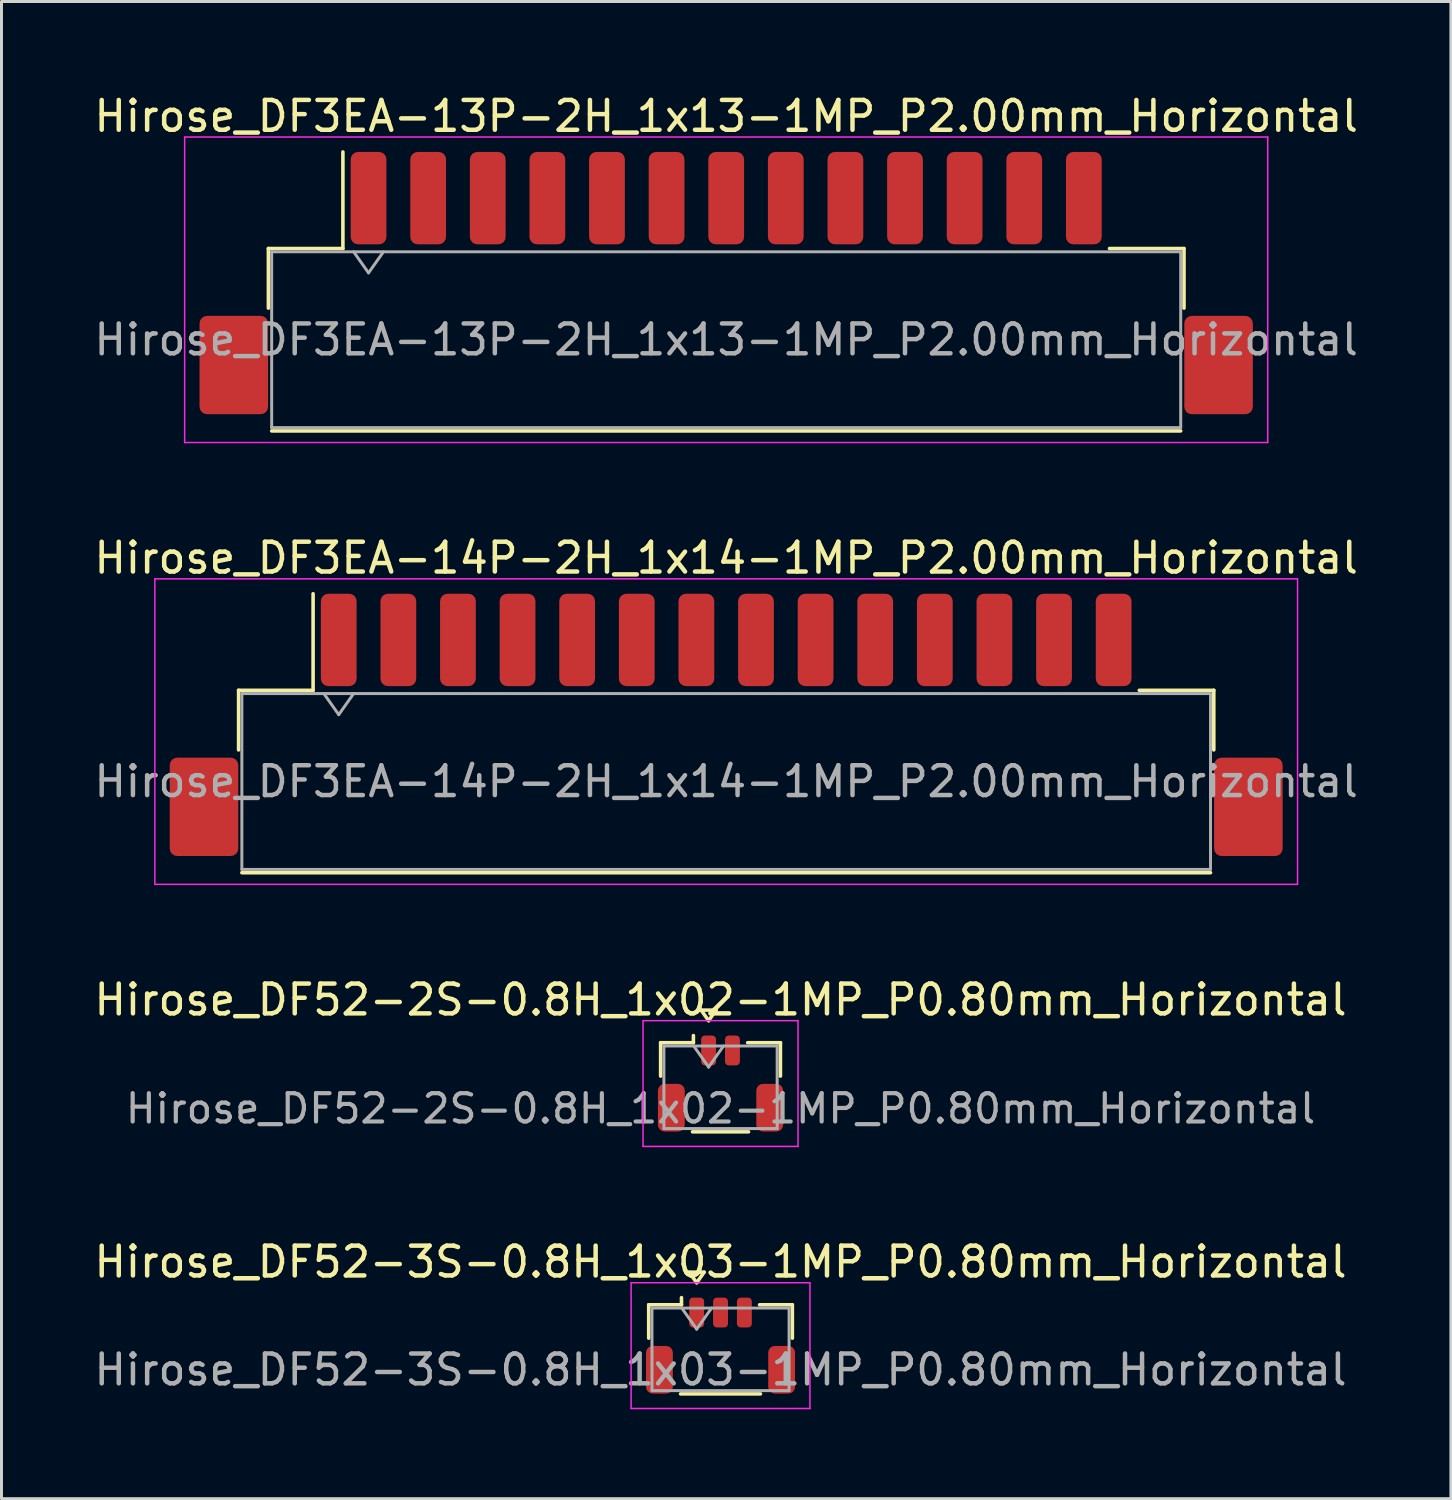
<source format=kicad_pcb>
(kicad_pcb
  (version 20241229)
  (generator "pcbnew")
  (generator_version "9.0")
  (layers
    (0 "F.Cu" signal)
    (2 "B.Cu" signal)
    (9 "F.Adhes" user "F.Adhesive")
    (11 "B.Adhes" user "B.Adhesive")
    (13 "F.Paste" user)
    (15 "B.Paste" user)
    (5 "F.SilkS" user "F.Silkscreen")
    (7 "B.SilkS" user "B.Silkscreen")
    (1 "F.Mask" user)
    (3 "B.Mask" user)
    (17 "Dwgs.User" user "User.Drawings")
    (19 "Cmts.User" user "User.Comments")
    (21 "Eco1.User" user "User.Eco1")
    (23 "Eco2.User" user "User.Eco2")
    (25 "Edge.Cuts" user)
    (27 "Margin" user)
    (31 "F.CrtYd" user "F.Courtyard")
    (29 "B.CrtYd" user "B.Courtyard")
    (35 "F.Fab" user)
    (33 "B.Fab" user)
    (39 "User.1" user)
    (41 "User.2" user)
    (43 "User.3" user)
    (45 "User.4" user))
  (footprint "Hirose_DF52-3S-0.8H_1x03-1MP_P0.80mm_Horizontal"
    (layer "F.Cu")
    (at 21.125 42.098)
    (property "Reference" "Hirose_DF52-3S-0.8H_1x03-1MP_P0.80mm_Horizontal" (at 0 -2.81 0) (layer "F.SilkS") (effects (font (size 1 1) (thickness 0.15))))
    (attr smd)
    (fp_line (start -2.41 -1.37) (end -1.31 -1.37) (stroke (width 0.12) (type solid)) (layer "F.SilkS"))
    (fp_line (start -2.41 -0.25) (end -2.41 -1.37) (stroke (width 0.12) (type solid)) (layer "F.SilkS"))
    (fp_line (start -1.34 1.62) (end 1.34 1.62) (stroke (width 0.12) (type solid)) (layer "F.SilkS"))
    (fp_line (start -1.31 -1.37) (end -1.31 -1.61) (stroke (width 0.12) (type solid)) (layer "F.SilkS"))
    (fp_line (start -1.05 -2.464) (end -0.8 -2.11) (stroke (width 0.12) (type solid)) (layer "F.SilkS"))
    (fp_line (start -0.8 -2.11) (end -0.55 -2.464) (stroke (width 0.12) (type solid)) (layer "F.SilkS"))
    (fp_line (start -0.55 -2.464) (end -1.05 -2.464) (stroke (width 0.12) (type solid)) (layer "F.SilkS"))
    (fp_line (start 2.41 -1.37) (end 1.31 -1.37) (stroke (width 0.12) (type solid)) (layer "F.SilkS"))
    (fp_line (start 2.41 -0.25) (end 2.41 -1.37) (stroke (width 0.12) (type solid)) (layer "F.SilkS"))
    (fp_line (start -3 -2.11) (end -3 2.11) (stroke (width 0.05) (type solid)) (layer "F.CrtYd"))
    (fp_line (start -3 2.11) (end 3 2.11) (stroke (width 0.05) (type solid)) (layer "F.CrtYd"))
    (fp_line (start 3 -2.11) (end -3 -2.11) (stroke (width 0.05) (type solid)) (layer "F.CrtYd"))
    (fp_line (start 3 2.11) (end 3 -2.11) (stroke (width 0.05) (type solid)) (layer "F.CrtYd"))
    (fp_line (start -2.3 -1.26) (end -2.3 1.51) (stroke (width 0.1) (type solid)) (layer "F.Fab"))
    (fp_line (start -2.3 -1.26) (end 2.3 -1.26) (stroke (width 0.1) (type solid)) (layer "F.Fab"))
    (fp_line (start -2.3 1.51) (end 2.3 1.51) (stroke (width 0.1) (type solid)) (layer "F.Fab"))
    (fp_line (start -1.3 -1.26) (end -0.8 -0.553) (stroke (width 0.1) (type solid)) (layer "F.Fab"))
    (fp_line (start -0.8 -0.553) (end -0.3 -1.26) (stroke (width 0.1) (type solid)) (layer "F.Fab"))
    (fp_line (start 2.3 -1.26) (end 2.3 1.51) (stroke (width 0.1) (type solid)) (layer "F.Fab"))
    (fp_text user "${REFERENCE}" (at 0 0.81 0) (layer "F.Fab") (effects (font (size 1 1) (thickness 0.15))))
    (pad "1" smd roundrect (at -0.8 -1.11) (size 0.5 1) (layers "F.Cu" "F.Mask" "F.Paste") (roundrect_rratio 0.25))
    (pad "2" smd roundrect (at 0 -1.11) (size 0.5 1) (layers "F.Cu" "F.Mask" "F.Paste") (roundrect_rratio 0.25))
    (pad "3" smd roundrect (at 0.8 -1.11) (size 0.5 1) (layers "F.Cu" "F.Mask" "F.Paste") (roundrect_rratio 0.25))
    (pad "MP" smd roundrect (at -2.05 0.81) (size 0.9 1.6) (layers "F.Cu" "F.Mask" "F.Paste") (roundrect_rratio 0.25))
    (pad "MP" smd roundrect (at 2.05 0.81) (size 0.9 1.6) (layers "F.Cu" "F.Mask" "F.Paste") (roundrect_rratio 0.25)))
  (footprint "Hirose_DF52-2S-0.8H_1x02-1MP_P0.80mm_Horizontal"
    (layer "F.Cu")
    (at 21.125 33.305)
    (property "Reference" "Hirose_DF52-2S-0.8H_1x02-1MP_P0.80mm_Horizontal" (at 0 -2.81 0) (layer "F.SilkS") (effects (font (size 1 1) (thickness 0.15))))
    (attr smd)
    (fp_line (start -2.01 -1.37) (end -0.91 -1.37) (stroke (width 0.12) (type solid)) (layer "F.SilkS"))
    (fp_line (start -2.01 -0.25) (end -2.01 -1.37) (stroke (width 0.12) (type solid)) (layer "F.SilkS"))
    (fp_line (start -0.94 1.62) (end 0.94 1.62) (stroke (width 0.12) (type solid)) (layer "F.SilkS"))
    (fp_line (start -0.91 -1.37) (end -0.91 -1.61) (stroke (width 0.12) (type solid)) (layer "F.SilkS"))
    (fp_line (start -0.65 -2.464) (end -0.4 -2.11) (stroke (width 0.12) (type solid)) (layer "F.SilkS"))
    (fp_line (start -0.4 -2.11) (end -0.15 -2.464) (stroke (width 0.12) (type solid)) (layer "F.SilkS"))
    (fp_line (start -0.15 -2.464) (end -0.65 -2.464) (stroke (width 0.12) (type solid)) (layer "F.SilkS"))
    (fp_line (start 2.01 -1.37) (end 0.91 -1.37) (stroke (width 0.12) (type solid)) (layer "F.SilkS"))
    (fp_line (start 2.01 -0.25) (end 2.01 -1.37) (stroke (width 0.12) (type solid)) (layer "F.SilkS"))
    (fp_line (start -2.6 -2.11) (end -2.6 2.11) (stroke (width 0.05) (type solid)) (layer "F.CrtYd"))
    (fp_line (start -2.6 2.11) (end 2.6 2.11) (stroke (width 0.05) (type solid)) (layer "F.CrtYd"))
    (fp_line (start 2.6 -2.11) (end -2.6 -2.11) (stroke (width 0.05) (type solid)) (layer "F.CrtYd"))
    (fp_line (start 2.6 2.11) (end 2.6 -2.11) (stroke (width 0.05) (type solid)) (layer "F.CrtYd"))
    (fp_line (start -1.9 -1.26) (end -1.9 1.51) (stroke (width 0.1) (type solid)) (layer "F.Fab"))
    (fp_line (start -1.9 -1.26) (end 1.9 -1.26) (stroke (width 0.1) (type solid)) (layer "F.Fab"))
    (fp_line (start -1.9 1.51) (end 1.9 1.51) (stroke (width 0.1) (type solid)) (layer "F.Fab"))
    (fp_line (start -0.9 -1.26) (end -0.4 -0.553) (stroke (width 0.1) (type solid)) (layer "F.Fab"))
    (fp_line (start -0.4 -0.553) (end 0.1 -1.26) (stroke (width 0.1) (type solid)) (layer "F.Fab"))
    (fp_line (start 1.9 -1.26) (end 1.9 1.51) (stroke (width 0.1) (type solid)) (layer "F.Fab"))
    (fp_text user "${REFERENCE}" (at 0 0.84 0) (layer "F.Fab") (effects (font (size 0.95 0.95) (thickness 0.14))))
    (pad "1" smd roundrect (at -0.4 -1.11) (size 0.5 1) (layers "F.Cu" "F.Mask" "F.Paste") (roundrect_rratio 0.25))
    (pad "2" smd roundrect (at 0.4 -1.11) (size 0.5 1) (layers "F.Cu" "F.Mask" "F.Paste") (roundrect_rratio 0.25))
    (pad "MP" smd roundrect (at -1.65 0.81) (size 0.9 1.6) (layers "F.Cu" "F.Mask" "F.Paste") (roundrect_rratio 0.25))
    (pad "MP" smd roundrect (at 1.65 0.81) (size 0.9 1.6) (layers "F.Cu" "F.Mask" "F.Paste") (roundrect_rratio 0.25)))
  (footprint "Hirose_DF3EA-14P-2H_1x14-1MP_P2.00mm_Horizontal"
    (layer "F.Cu")
    (at 21.315 21.271)
    (property "Reference" "Hirose_DF3EA-14P-2H_1x14-1MP_P2.00mm_Horizontal" (at 0 -5.6 0) (layer "F.SilkS") (effects (font (size 1 1) (thickness 0.15))))
    (attr smd)
    (fp_line (start -16.36 -1.16) (end -13.86 -1.16) (stroke (width 0.12) (type solid)) (layer "F.SilkS"))
    (fp_line (start -16.36 0.84) (end -16.36 -1.16) (stroke (width 0.12) (type solid)) (layer "F.SilkS"))
    (fp_line (start -16.25 4.96) (end 16.25 4.96) (stroke (width 0.12) (type solid)) (layer "F.SilkS"))
    (fp_line (start -13.86 -1.16) (end -13.86 -4.4) (stroke (width 0.12) (type solid)) (layer "F.SilkS"))
    (fp_line (start 16.36 -1.16) (end 13.86 -1.16) (stroke (width 0.12) (type solid)) (layer "F.SilkS"))
    (fp_line (start 16.36 0.84) (end 16.36 -1.16) (stroke (width 0.12) (type solid)) (layer "F.SilkS"))
    (fp_line (start -19.17 -4.9) (end -19.17 5.35) (stroke (width 0.05) (type solid)) (layer "F.CrtYd"))
    (fp_line (start -19.17 5.35) (end 19.17 5.35) (stroke (width 0.05) (type solid)) (layer "F.CrtYd"))
    (fp_line (start 19.17 -4.9) (end -19.17 -4.9) (stroke (width 0.05) (type solid)) (layer "F.CrtYd"))
    (fp_line (start 19.17 5.35) (end 19.17 -4.9) (stroke (width 0.05) (type solid)) (layer "F.CrtYd"))
    (fp_line (start -16.25 -1.05) (end -16.25 4.85) (stroke (width 0.1) (type solid)) (layer "F.Fab"))
    (fp_line (start -16.25 -1.05) (end 16.25 -1.05) (stroke (width 0.1) (type solid)) (layer "F.Fab"))
    (fp_line (start -16.25 4.85) (end 16.25 4.85) (stroke (width 0.1) (type solid)) (layer "F.Fab"))
    (fp_line (start -13.5 -1.05) (end -13 -0.343) (stroke (width 0.1) (type solid)) (layer "F.Fab"))
    (fp_line (start -13 -0.343) (end -12.5 -1.05) (stroke (width 0.1) (type solid)) (layer "F.Fab"))
    (fp_line (start 16.25 -1.05) (end 16.25 4.85) (stroke (width 0.1) (type solid)) (layer "F.Fab"))
    (fp_text user "${REFERENCE}" (at 0 1.9 0) (layer "F.Fab") (effects (font (size 1 1) (thickness 0.15))))
    (pad "1" smd roundrect (at -13 -2.85) (size 1.2 3.1) (layers "F.Cu" "F.Mask" "F.Paste") (roundrect_rratio 0.208))
    (pad "2" smd roundrect (at -11 -2.85) (size 1.2 3.1) (layers "F.Cu" "F.Mask" "F.Paste") (roundrect_rratio 0.208))
    (pad "3" smd roundrect (at -9 -2.85) (size 1.2 3.1) (layers "F.Cu" "F.Mask" "F.Paste") (roundrect_rratio 0.208))
    (pad "4" smd roundrect (at -7 -2.85) (size 1.2 3.1) (layers "F.Cu" "F.Mask" "F.Paste") (roundrect_rratio 0.208))
    (pad "5" smd roundrect (at -5 -2.85) (size 1.2 3.1) (layers "F.Cu" "F.Mask" "F.Paste") (roundrect_rratio 0.208))
    (pad "6" smd roundrect (at -3 -2.85) (size 1.2 3.1) (layers "F.Cu" "F.Mask" "F.Paste") (roundrect_rratio 0.208))
    (pad "7" smd roundrect (at -1 -2.85) (size 1.2 3.1) (layers "F.Cu" "F.Mask" "F.Paste") (roundrect_rratio 0.208))
    (pad "8" smd roundrect (at 1 -2.85) (size 1.2 3.1) (layers "F.Cu" "F.Mask" "F.Paste") (roundrect_rratio 0.208))
    (pad "9" smd roundrect (at 3 -2.85) (size 1.2 3.1) (layers "F.Cu" "F.Mask" "F.Paste") (roundrect_rratio 0.208))
    (pad "10" smd roundrect (at 5 -2.85) (size 1.2 3.1) (layers "F.Cu" "F.Mask" "F.Paste") (roundrect_rratio 0.208))
    (pad "11" smd roundrect (at 7 -2.85) (size 1.2 3.1) (layers "F.Cu" "F.Mask" "F.Paste") (roundrect_rratio 0.208))
    (pad "12" smd roundrect (at 9 -2.85) (size 1.2 3.1) (layers "F.Cu" "F.Mask" "F.Paste") (roundrect_rratio 0.208))
    (pad "13" smd roundrect (at 11 -2.85) (size 1.2 3.1) (layers "F.Cu" "F.Mask" "F.Paste") (roundrect_rratio 0.208))
    (pad "14" smd roundrect (at 13 -2.85) (size 1.2 3.1) (layers "F.Cu" "F.Mask" "F.Paste") (roundrect_rratio 0.208))
    (pad "MP" smd roundrect (at -17.52 2.75) (size 2.3 3.3) (layers "F.Cu" "F.Mask" "F.Paste") (roundrect_rratio 0.109))
    (pad "MP" smd roundrect (at 17.52 2.75) (size 2.3 3.3) (layers "F.Cu" "F.Mask" "F.Paste") (roundrect_rratio 0.109)))
  (footprint "Hirose_DF3EA-13P-2H_1x13-1MP_P2.00mm_Horizontal"
    (layer "F.Cu")
    (at 21.315 6.448)
    (property "Reference" "Hirose_DF3EA-13P-2H_1x13-1MP_P2.00mm_Horizontal" (at 0 -5.6 0) (layer "F.SilkS") (effects (font (size 1 1) (thickness 0.15))))
    (attr smd)
    (fp_line (start -15.36 -1.16) (end -12.86 -1.16) (stroke (width 0.12) (type solid)) (layer "F.SilkS"))
    (fp_line (start -15.36 0.84) (end -15.36 -1.16) (stroke (width 0.12) (type solid)) (layer "F.SilkS"))
    (fp_line (start -15.25 4.96) (end 15.25 4.96) (stroke (width 0.12) (type solid)) (layer "F.SilkS"))
    (fp_line (start -12.86 -1.16) (end -12.86 -4.4) (stroke (width 0.12) (type solid)) (layer "F.SilkS"))
    (fp_line (start 15.36 -1.16) (end 12.86 -1.16) (stroke (width 0.12) (type solid)) (layer "F.SilkS"))
    (fp_line (start 15.36 0.84) (end 15.36 -1.16) (stroke (width 0.12) (type solid)) (layer "F.SilkS"))
    (fp_line (start -18.17 -4.9) (end -18.17 5.35) (stroke (width 0.05) (type solid)) (layer "F.CrtYd"))
    (fp_line (start -18.17 5.35) (end 18.17 5.35) (stroke (width 0.05) (type solid)) (layer "F.CrtYd"))
    (fp_line (start 18.17 -4.9) (end -18.17 -4.9) (stroke (width 0.05) (type solid)) (layer "F.CrtYd"))
    (fp_line (start 18.17 5.35) (end 18.17 -4.9) (stroke (width 0.05) (type solid)) (layer "F.CrtYd"))
    (fp_line (start -15.25 -1.05) (end -15.25 4.85) (stroke (width 0.1) (type solid)) (layer "F.Fab"))
    (fp_line (start -15.25 -1.05) (end 15.25 -1.05) (stroke (width 0.1) (type solid)) (layer "F.Fab"))
    (fp_line (start -15.25 4.85) (end 15.25 4.85) (stroke (width 0.1) (type solid)) (layer "F.Fab"))
    (fp_line (start -12.5 -1.05) (end -12 -0.343) (stroke (width 0.1) (type solid)) (layer "F.Fab"))
    (fp_line (start -12 -0.343) (end -11.5 -1.05) (stroke (width 0.1) (type solid)) (layer "F.Fab"))
    (fp_line (start 15.25 -1.05) (end 15.25 4.85) (stroke (width 0.1) (type solid)) (layer "F.Fab"))
    (fp_text user "${REFERENCE}" (at 0 1.9 0) (layer "F.Fab") (effects (font (size 1 1) (thickness 0.15))))
    (pad "1" smd roundrect (at -12 -2.85) (size 1.2 3.1) (layers "F.Cu" "F.Mask" "F.Paste") (roundrect_rratio 0.208))
    (pad "2" smd roundrect (at -10 -2.85) (size 1.2 3.1) (layers "F.Cu" "F.Mask" "F.Paste") (roundrect_rratio 0.208))
    (pad "3" smd roundrect (at -8 -2.85) (size 1.2 3.1) (layers "F.Cu" "F.Mask" "F.Paste") (roundrect_rratio 0.208))
    (pad "4" smd roundrect (at -6 -2.85) (size 1.2 3.1) (layers "F.Cu" "F.Mask" "F.Paste") (roundrect_rratio 0.208))
    (pad "5" smd roundrect (at -4 -2.85) (size 1.2 3.1) (layers "F.Cu" "F.Mask" "F.Paste") (roundrect_rratio 0.208))
    (pad "6" smd roundrect (at -2 -2.85) (size 1.2 3.1) (layers "F.Cu" "F.Mask" "F.Paste") (roundrect_rratio 0.208))
    (pad "7" smd roundrect (at 0 -2.85) (size 1.2 3.1) (layers "F.Cu" "F.Mask" "F.Paste") (roundrect_rratio 0.208))
    (pad "8" smd roundrect (at 2 -2.85) (size 1.2 3.1) (layers "F.Cu" "F.Mask" "F.Paste") (roundrect_rratio 0.208))
    (pad "9" smd roundrect (at 4 -2.85) (size 1.2 3.1) (layers "F.Cu" "F.Mask" "F.Paste") (roundrect_rratio 0.208))
    (pad "10" smd roundrect (at 6 -2.85) (size 1.2 3.1) (layers "F.Cu" "F.Mask" "F.Paste") (roundrect_rratio 0.208))
    (pad "11" smd roundrect (at 8 -2.85) (size 1.2 3.1) (layers "F.Cu" "F.Mask" "F.Paste") (roundrect_rratio 0.208))
    (pad "12" smd roundrect (at 10 -2.85) (size 1.2 3.1) (layers "F.Cu" "F.Mask" "F.Paste") (roundrect_rratio 0.208))
    (pad "13" smd roundrect (at 12 -2.85) (size 1.2 3.1) (layers "F.Cu" "F.Mask" "F.Paste") (roundrect_rratio 0.208))
    (pad "MP" smd roundrect (at -16.52 2.75) (size 2.3 3.3) (layers "F.Cu" "F.Mask" "F.Paste") (roundrect_rratio 0.109))
    (pad "MP" smd roundrect (at 16.52 2.75) (size 2.3 3.3) (layers "F.Cu" "F.Mask" "F.Paste") (roundrect_rratio 0.109)))
  (gr_rect
    (start -3 -3)
    (end 45.631 47.233)
    (stroke (width 0.1) (type default))
    (fill no)
    (layer "Edge.Cuts")))
</source>
